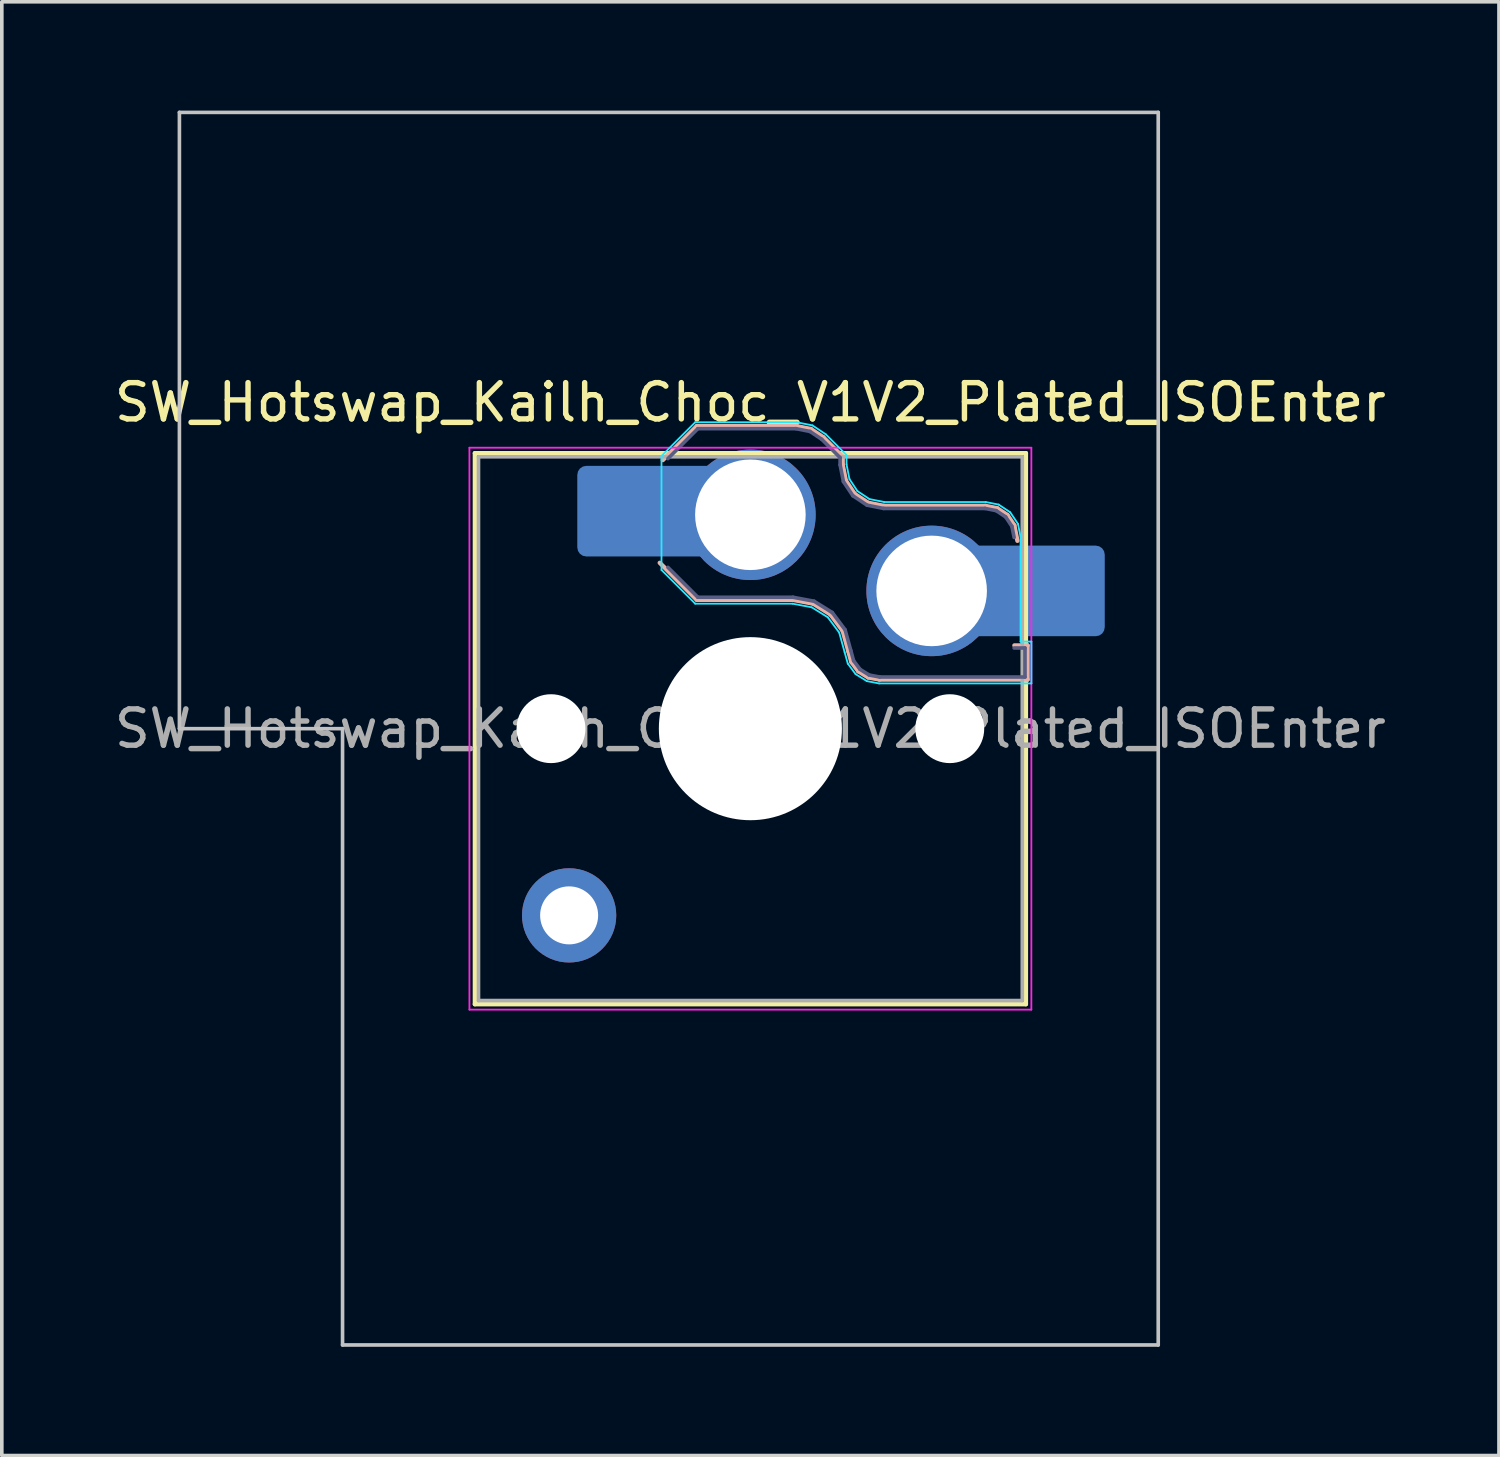
<source format=kicad_pcb>
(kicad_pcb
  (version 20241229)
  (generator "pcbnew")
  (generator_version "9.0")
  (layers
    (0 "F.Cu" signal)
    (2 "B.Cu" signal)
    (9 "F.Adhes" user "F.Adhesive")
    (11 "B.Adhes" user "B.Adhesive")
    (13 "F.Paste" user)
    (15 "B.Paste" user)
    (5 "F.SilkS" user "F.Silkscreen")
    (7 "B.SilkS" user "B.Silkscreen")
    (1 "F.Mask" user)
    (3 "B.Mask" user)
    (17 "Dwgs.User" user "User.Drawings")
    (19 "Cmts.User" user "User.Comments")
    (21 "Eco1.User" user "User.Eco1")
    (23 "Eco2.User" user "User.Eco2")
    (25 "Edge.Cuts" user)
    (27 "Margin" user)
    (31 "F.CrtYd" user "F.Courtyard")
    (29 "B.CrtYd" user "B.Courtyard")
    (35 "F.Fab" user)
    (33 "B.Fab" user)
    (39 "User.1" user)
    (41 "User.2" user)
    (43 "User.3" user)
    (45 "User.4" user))
  (footprint "SW_Hotswap_Kailh_Choc_V1V2_Plated_ISOEnter"
    (layer "F.Cu")
    (at 17.649 17.05)
    (property "Reference" "SW_Hotswap_Kailh_Choc_V1V2_Plated_ISOEnter" (at 0 -9 0) (layer "F.SilkS") (effects (font (size 1 1) (thickness 0.15))))
    (attr smd)
    (fp_line (start -7.6 -7.6) (end -7.6 7.6) (stroke (width 0.12) (type solid)) (layer "F.SilkS"))
    (fp_line (start -7.6 7.6) (end 7.6 7.6) (stroke (width 0.12) (type solid)) (layer "F.SilkS"))
    (fp_line (start 7.6 -7.6) (end -7.6 -7.6) (stroke (width 0.12) (type solid)) (layer "F.SilkS"))
    (fp_line (start 7.6 7.6) (end 7.6 -7.6) (stroke (width 0.12) (type solid)) (layer "F.SilkS"))
    (fp_line (start -2.416 -7.409) (end -1.479 -8.346) (stroke (width 0.12) (type solid)) (layer "B.SilkS"))
    (fp_line (start -1.479 -8.346) (end 1.268 -8.346) (stroke (width 0.12) (type solid)) (layer "B.SilkS"))
    (fp_line (start -1.479 -3.554) (end -2.5 -4.575) (stroke (width 0.12) (type solid)) (layer "B.SilkS"))
    (fp_line (start 1.168 -3.554) (end -1.479 -3.554) (stroke (width 0.12) (type solid)) (layer "B.SilkS"))
    (fp_line (start 1.268 -8.346) (end 1.671 -8.266) (stroke (width 0.12) (type solid)) (layer "B.SilkS"))
    (fp_line (start 1.671 -8.266) (end 2.013 -8.037) (stroke (width 0.12) (type solid)) (layer "B.SilkS"))
    (fp_line (start 1.73 -3.449) (end 1.168 -3.554) (stroke (width 0.12) (type solid)) (layer "B.SilkS"))
    (fp_line (start 2.013 -8.037) (end 2.546 -7.504) (stroke (width 0.12) (type solid)) (layer "B.SilkS"))
    (fp_line (start 2.209 -3.15) (end 1.73 -3.449) (stroke (width 0.12) (type solid)) (layer "B.SilkS"))
    (fp_line (start 2.546 -7.504) (end 2.546 -7.282) (stroke (width 0.12) (type solid)) (layer "B.SilkS"))
    (fp_line (start 2.546 -7.282) (end 2.633 -6.844) (stroke (width 0.12) (type solid)) (layer "B.SilkS"))
    (fp_line (start 2.547 -2.697) (end 2.209 -3.15) (stroke (width 0.12) (type solid)) (layer "B.SilkS"))
    (fp_line (start 2.633 -6.844) (end 2.877 -6.477) (stroke (width 0.12) (type solid)) (layer "B.SilkS"))
    (fp_line (start 2.701 -2.139) (end 2.547 -2.697) (stroke (width 0.12) (type solid)) (layer "B.SilkS"))
    (fp_line (start 2.783 -1.841) (end 2.701 -2.139) (stroke (width 0.12) (type solid)) (layer "B.SilkS"))
    (fp_line (start 2.877 -6.477) (end 3.244 -6.233) (stroke (width 0.12) (type solid)) (layer "B.SilkS"))
    (fp_line (start 2.976 -1.583) (end 2.783 -1.841) (stroke (width 0.12) (type solid)) (layer "B.SilkS"))
    (fp_line (start 3.244 -6.233) (end 3.682 -6.146) (stroke (width 0.12) (type solid)) (layer "B.SilkS"))
    (fp_line (start 3.25 -1.413) (end 2.976 -1.583) (stroke (width 0.12) (type solid)) (layer "B.SilkS"))
    (fp_line (start 3.56 -1.354) (end 3.25 -1.413) (stroke (width 0.12) (type solid)) (layer "B.SilkS"))
    (fp_line (start 3.682 -6.146) (end 6.482 -6.146) (stroke (width 0.12) (type solid)) (layer "B.SilkS"))
    (fp_line (start 6.482 -6.146) (end 6.809 -6.081) (stroke (width 0.12) (type solid)) (layer "B.SilkS"))
    (fp_line (start 6.809 -6.081) (end 7.092 -5.892) (stroke (width 0.12) (type solid)) (layer "B.SilkS"))
    (fp_line (start 7.092 -5.892) (end 7.281 -5.609) (stroke (width 0.12) (type solid)) (layer "B.SilkS"))
    (fp_line (start 7.281 -5.609) (end 7.366 -5.182) (stroke (width 0.12) (type solid)) (layer "B.SilkS"))
    (fp_line (start 7.283 -2.296) (end 7.646 -2.296) (stroke (width 0.12) (type solid)) (layer "B.SilkS"))
    (fp_line (start 7.646 -2.296) (end 7.646 -1.354) (stroke (width 0.12) (type solid)) (layer "B.SilkS"))
    (fp_line (start 7.646 -1.354) (end 3.56 -1.354) (stroke (width 0.12) (type solid)) (layer "B.SilkS"))
    (fp_line (start -15.75 -17) (end -15.75 0) (stroke (width 0.1) (type solid)) (layer "Dwgs.User"))
    (fp_line (start -15.75 0) (end -11.25 0) (stroke (width 0.1) (type solid)) (layer "Dwgs.User"))
    (fp_line (start -11.25 0) (end -11.25 17) (stroke (width 0.1) (type solid)) (layer "Dwgs.User"))
    (fp_line (start -11.25 17) (end 11.25 17) (stroke (width 0.1) (type solid)) (layer "Dwgs.User"))
    (fp_line (start 11.25 -17) (end -15.75 -17) (stroke (width 0.1) (type solid)) (layer "Dwgs.User"))
    (fp_line (start 11.25 17) (end 11.25 -17) (stroke (width 0.1) (type solid)) (layer "Dwgs.User"))
    (fp_line (start -7.25 -7.25) (end -7.25 7.25) (stroke (width 0.1) (type solid)) (layer "Eco1.User"))
    (fp_line (start -7.25 7.25) (end 7.25 7.25) (stroke (width 0.1) (type solid)) (layer "Eco1.User"))
    (fp_line (start 7.25 -7.25) (end -7.25 -7.25) (stroke (width 0.1) (type solid)) (layer "Eco1.User"))
    (fp_line (start 7.25 7.25) (end 7.25 -7.25) (stroke (width 0.1) (type solid)) (layer "Eco1.User"))
    (fp_line (start -2.452 -7.523) (end -1.523 -8.452) (stroke (width 0.05) (type solid)) (layer "B.CrtYd"))
    (fp_line (start -2.452 -4.377) (end -2.452 -7.523) (stroke (width 0.05) (type solid)) (layer "B.CrtYd"))
    (fp_line (start -1.523 -8.452) (end 1.278 -8.452) (stroke (width 0.05) (type solid)) (layer "B.CrtYd"))
    (fp_line (start -1.523 -3.448) (end -2.452 -4.377) (stroke (width 0.05) (type solid)) (layer "B.CrtYd"))
    (fp_line (start 1.159 -3.448) (end -1.523 -3.448) (stroke (width 0.05) (type solid)) (layer "B.CrtYd"))
    (fp_line (start 1.278 -8.452) (end 1.712 -8.366) (stroke (width 0.05) (type solid)) (layer "B.CrtYd"))
    (fp_line (start 1.691 -3.348) (end 1.159 -3.448) (stroke (width 0.05) (type solid)) (layer "B.CrtYd"))
    (fp_line (start 1.712 -8.366) (end 2.081 -8.119) (stroke (width 0.05) (type solid)) (layer "B.CrtYd"))
    (fp_line (start 2.081 -8.119) (end 2.652 -7.548) (stroke (width 0.05) (type solid)) (layer "B.CrtYd"))
    (fp_line (start 2.136 -3.071) (end 1.691 -3.348) (stroke (width 0.05) (type solid)) (layer "B.CrtYd"))
    (fp_line (start 2.45 -2.65) (end 2.136 -3.071) (stroke (width 0.05) (type solid)) (layer "B.CrtYd"))
    (fp_line (start 2.599 -2.111) (end 2.45 -2.65) (stroke (width 0.05) (type solid)) (layer "B.CrtYd"))
    (fp_line (start 2.652 -7.548) (end 2.652 -7.292) (stroke (width 0.05) (type solid)) (layer "B.CrtYd"))
    (fp_line (start 2.652 -7.292) (end 2.733 -6.885) (stroke (width 0.05) (type solid)) (layer "B.CrtYd"))
    (fp_line (start 2.687 -1.794) (end 2.599 -2.111) (stroke (width 0.05) (type solid)) (layer "B.CrtYd"))
    (fp_line (start 2.733 -6.885) (end 2.953 -6.553) (stroke (width 0.05) (type solid)) (layer "B.CrtYd"))
    (fp_line (start 2.903 -1.503) (end 2.687 -1.794) (stroke (width 0.05) (type solid)) (layer "B.CrtYd"))
    (fp_line (start 2.953 -6.553) (end 3.285 -6.333) (stroke (width 0.05) (type solid)) (layer "B.CrtYd"))
    (fp_line (start 3.211 -1.312) (end 2.903 -1.503) (stroke (width 0.05) (type solid)) (layer "B.CrtYd"))
    (fp_line (start 3.285 -6.333) (end 3.692 -6.252) (stroke (width 0.05) (type solid)) (layer "B.CrtYd"))
    (fp_line (start 3.55 -1.248) (end 3.211 -1.312) (stroke (width 0.05) (type solid)) (layer "B.CrtYd"))
    (fp_line (start 3.692 -6.252) (end 6.492 -6.252) (stroke (width 0.05) (type solid)) (layer "B.CrtYd"))
    (fp_line (start 6.492 -6.252) (end 6.85 -6.181) (stroke (width 0.05) (type solid)) (layer "B.CrtYd"))
    (fp_line (start 6.85 -6.181) (end 7.168 -5.968) (stroke (width 0.05) (type solid)) (layer "B.CrtYd"))
    (fp_line (start 7.168 -5.968) (end 7.381 -5.65) (stroke (width 0.05) (type solid)) (layer "B.CrtYd"))
    (fp_line (start 7.381 -5.65) (end 7.452 -5.292) (stroke (width 0.05) (type solid)) (layer "B.CrtYd"))
    (fp_line (start 7.452 -5.292) (end 7.452 -2.402) (stroke (width 0.05) (type solid)) (layer "B.CrtYd"))
    (fp_line (start 7.452 -2.402) (end 7.752 -2.402) (stroke (width 0.05) (type solid)) (layer "B.CrtYd"))
    (fp_line (start 7.752 -2.402) (end 7.752 -1.248) (stroke (width 0.05) (type solid)) (layer "B.CrtYd"))
    (fp_line (start 7.752 -1.248) (end 3.55 -1.248) (stroke (width 0.05) (type solid)) (layer "B.CrtYd"))
    (fp_line (start -7.75 -7.75) (end -7.75 7.75) (stroke (width 0.05) (type solid)) (layer "F.CrtYd"))
    (fp_line (start -7.75 7.75) (end 7.75 7.75) (stroke (width 0.05) (type solid)) (layer "F.CrtYd"))
    (fp_line (start 7.75 -7.75) (end -7.75 -7.75) (stroke (width 0.05) (type solid)) (layer "F.CrtYd"))
    (fp_line (start 7.75 7.75) (end 7.75 -7.75) (stroke (width 0.05) (type solid)) (layer "F.CrtYd"))
    (fp_line (start -2.275 -7.45) (end -1.45 -8.275) (stroke (width 0.1) (type solid)) (layer "B.Fab"))
    (fp_line (start -1.45 -8.275) (end 1.261 -8.275) (stroke (width 0.1) (type solid)) (layer "B.Fab"))
    (fp_line (start -1.45 -3.625) (end -2.275 -4.45) (stroke (width 0.1) (type solid)) (layer "B.Fab"))
    (fp_line (start 1.175 -3.625) (end -1.45 -3.625) (stroke (width 0.1) (type solid)) (layer "B.Fab"))
    (fp_line (start 1.261 -8.275) (end 1.643 -8.199) (stroke (width 0.1) (type solid)) (layer "B.Fab"))
    (fp_line (start 1.643 -8.199) (end 1.968 -7.982) (stroke (width 0.1) (type solid)) (layer "B.Fab"))
    (fp_line (start 1.756 -3.516) (end 1.175 -3.625) (stroke (width 0.1) (type solid)) (layer "B.Fab"))
    (fp_line (start 1.968 -7.982) (end 2.475 -7.475) (stroke (width 0.1) (type solid)) (layer "B.Fab"))
    (fp_line (start 2.258 -3.203) (end 1.756 -3.516) (stroke (width 0.1) (type solid)) (layer "B.Fab"))
    (fp_line (start 2.475 -7.475) (end 2.475 -7.275) (stroke (width 0.1) (type solid)) (layer "B.Fab"))
    (fp_line (start 2.475 -7.275) (end 2.566 -6.816) (stroke (width 0.1) (type solid)) (layer "B.Fab"))
    (fp_line (start 2.566 -6.816) (end 2.826 -6.426) (stroke (width 0.1) (type solid)) (layer "B.Fab"))
    (fp_line (start 2.612 -2.729) (end 2.258 -3.203) (stroke (width 0.1) (type solid)) (layer "B.Fab"))
    (fp_line (start 2.769 -2.158) (end 2.612 -2.729) (stroke (width 0.1) (type solid)) (layer "B.Fab"))
    (fp_line (start 2.826 -6.426) (end 3.216 -6.166) (stroke (width 0.1) (type solid)) (layer "B.Fab"))
    (fp_line (start 2.848 -1.873) (end 2.769 -2.158) (stroke (width 0.1) (type solid)) (layer "B.Fab"))
    (fp_line (start 3.025 -1.636) (end 2.848 -1.873) (stroke (width 0.1) (type solid)) (layer "B.Fab"))
    (fp_line (start 3.216 -6.166) (end 3.675 -6.075) (stroke (width 0.1) (type solid)) (layer "B.Fab"))
    (fp_line (start 3.276 -1.48) (end 3.025 -1.636) (stroke (width 0.1) (type solid)) (layer "B.Fab"))
    (fp_line (start 3.567 -1.425) (end 3.276 -1.48) (stroke (width 0.1) (type solid)) (layer "B.Fab"))
    (fp_line (start 3.675 -6.075) (end 6.475 -6.075) (stroke (width 0.1) (type solid)) (layer "B.Fab"))
    (fp_line (start 6.475 -6.075) (end 6.781 -6.014) (stroke (width 0.1) (type solid)) (layer "B.Fab"))
    (fp_line (start 6.781 -6.014) (end 7.041 -5.841) (stroke (width 0.1) (type solid)) (layer "B.Fab"))
    (fp_line (start 7.041 -5.841) (end 7.214 -5.581) (stroke (width 0.1) (type solid)) (layer "B.Fab"))
    (fp_line (start 7.214 -5.581) (end 7.275 -5.275) (stroke (width 0.1) (type solid)) (layer "B.Fab"))
    (fp_line (start 7.275 -2.225) (end 7.575 -2.225) (stroke (width 0.1) (type solid)) (layer "B.Fab"))
    (fp_line (start 7.575 -2.225) (end 7.575 -1.425) (stroke (width 0.1) (type solid)) (layer "B.Fab"))
    (fp_line (start 7.575 -1.425) (end 3.567 -1.425) (stroke (width 0.1) (type solid)) (layer "B.Fab"))
    (fp_line (start -7.5 -7.5) (end -7.5 7.5) (stroke (width 0.1) (type solid)) (layer "F.Fab"))
    (fp_line (start -7.5 7.5) (end 7.5 7.5) (stroke (width 0.1) (type solid)) (layer "F.Fab"))
    (fp_line (start 7.5 -7.5) (end -7.5 -7.5) (stroke (width 0.1) (type solid)) (layer "F.Fab"))
    (fp_line (start 7.5 7.5) (end 7.5 -7.5) (stroke (width 0.1) (type solid)) (layer "F.Fab"))
    (fp_text user "${REFERENCE}" (at 0 0 0) (layer "F.Fab") (effects (font (size 1 1) (thickness 0.15))))
    (pad "" np_thru_hole circle (at -5.5 0) (size 1.9 1.9) (drill 1.9) (layers "*.Cu" "*.Mask"))
    (pad "" smd circle (at -5 5.15) (size 1.65 1.65) (layers "F.Mask"))
    (pad "" thru_hole circle (at -5 5.15) (size 2.6 2.6) (drill 1.6) (layers "*.Cu" "B.Mask"))
    (pad "" smd roundrect (at -3.5 -6) (size 2.55 2.5) (layers "B.Mask" "B.Paste") (roundrect_rratio 0.1))
    (pad "" smd circle (at 0 -5.9) (size 3.1 3.1) (layers "F.Mask"))
    (pad "" np_thru_hole circle (at 0 0) (size 5.05 5.05) (drill 5.05) (layers "*.Cu" "*.Mask"))
    (pad "" smd circle (at 5 -3.8) (size 3.1 3.1) (layers "F.Mask"))
    (pad "" np_thru_hole circle (at 5.5 0) (size 1.9 1.9) (drill 1.9) (layers "*.Cu" "*.Mask"))
    (pad "" smd roundrect (at 8.5 -3.8) (size 2.55 2.5) (layers "B.Mask" "B.Paste") (roundrect_rratio 0.1))
    (pad "1" smd roundrect (at -2.85 -6) (size 3.85 2.5) (layers "B.Cu") (roundrect_rratio 0.1))
    (pad "1" thru_hole circle (at 0 -5.9) (size 3.6 3.6) (drill 3.05) (layers "*.Cu" "B.Mask"))
    (pad "2" thru_hole circle (at 5 -3.8) (size 3.6 3.6) (drill 3.05) (layers "*.Cu" "B.Mask"))
    (pad "2" smd roundrect (at 7.85 -3.8) (size 3.85 2.5) (layers "B.Cu") (roundrect_rratio 0.1)))
  (gr_rect
    (start -3 -3)
    (end 38.298 37.1)
    (stroke (width 0.1) (type default))
    (fill no)
    (layer "Edge.Cuts")))
</source>
